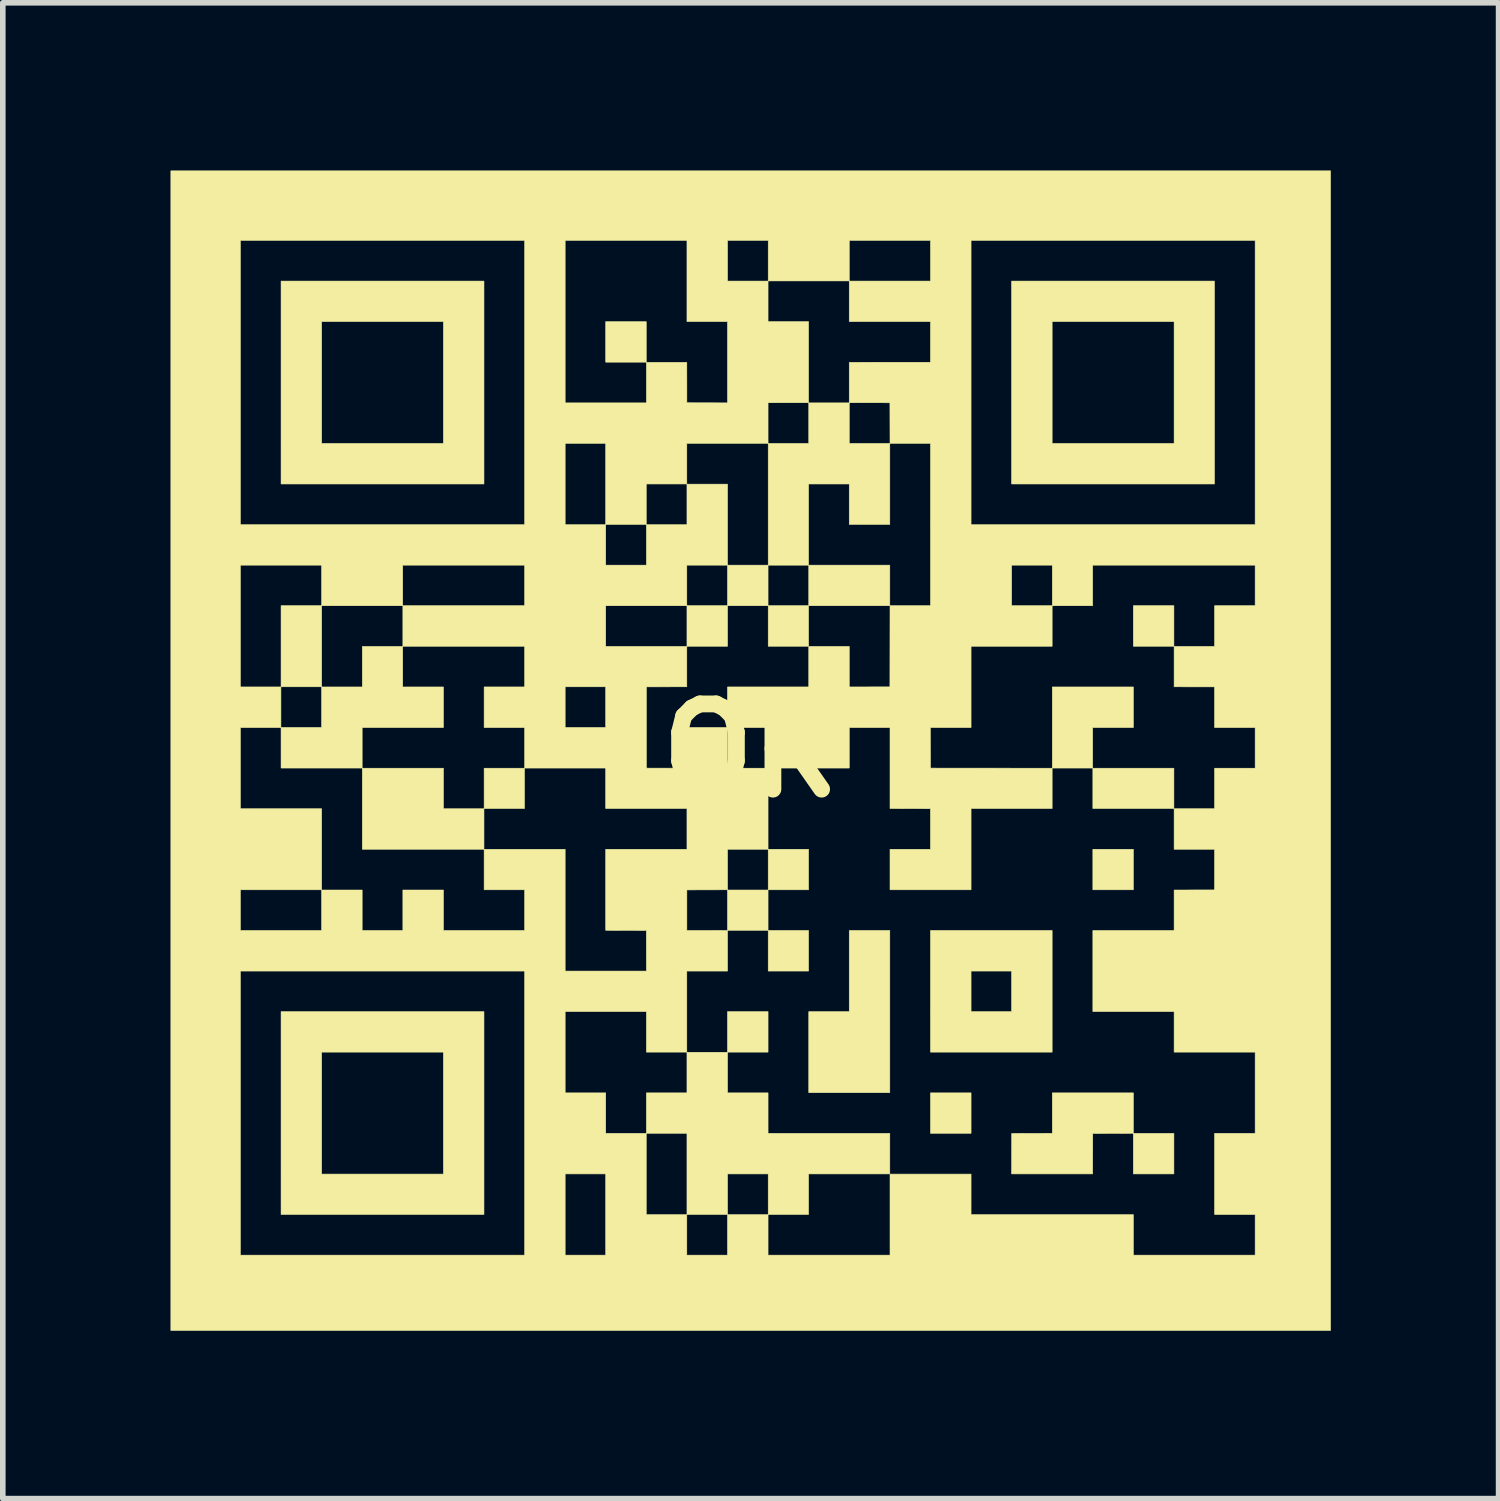
<source format=kicad_pcb>
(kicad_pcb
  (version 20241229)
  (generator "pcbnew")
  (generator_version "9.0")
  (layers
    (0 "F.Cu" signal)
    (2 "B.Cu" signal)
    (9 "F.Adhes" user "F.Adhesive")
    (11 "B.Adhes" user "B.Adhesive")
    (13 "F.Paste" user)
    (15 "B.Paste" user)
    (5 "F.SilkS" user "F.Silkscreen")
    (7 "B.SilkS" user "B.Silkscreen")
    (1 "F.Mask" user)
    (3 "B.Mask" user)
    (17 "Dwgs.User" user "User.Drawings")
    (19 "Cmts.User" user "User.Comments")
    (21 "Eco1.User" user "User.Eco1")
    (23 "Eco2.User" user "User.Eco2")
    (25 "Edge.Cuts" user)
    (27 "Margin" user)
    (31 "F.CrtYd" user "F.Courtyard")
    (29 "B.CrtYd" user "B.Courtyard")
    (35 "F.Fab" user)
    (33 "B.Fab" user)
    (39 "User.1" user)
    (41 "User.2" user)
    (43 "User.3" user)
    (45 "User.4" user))
  (footprint "QR"
    (layer "F.Cu")
    (at 10.372 10.372)
    (property "Reference" "QR" (at 0 0 0) (layer "F.SilkS") (effects (font (size 1.524 1.524) (thickness 0.3))))
    (attr through_hole)
    (fp_poly (pts (xy -7.671 -1.141) (xy -8.396 -1.141) (xy -8.396 -2.591) (xy -7.671 -2.591) (xy -7.671 -1.141)) (stroke (width 0.01) (type solid)) (fill yes) (layer "F.SilkS"))
    (fp_poly (pts (xy -4.044 1.036) (xy -4.765 1.036) (xy -4.765 0.315) (xy -4.044 0.315) (xy -4.044 1.036)) (stroke (width 0.01) (type solid)) (fill yes) (layer "F.SilkS"))
    (fp_poly (pts (xy -1.866 -6.946) (xy -2.591 -6.946) (xy -2.591 -7.671) (xy -1.866 -7.671) (xy -1.866 -6.946)) (stroke (width 0.01) (type solid)) (fill yes) (layer "F.SilkS"))
    (fp_poly (pts (xy -0.413 -1.866) (xy -1.138 -1.866) (xy -1.138 -2.591) (xy -0.413 -2.591) (xy -0.413 -1.866)) (stroke (width 0.01) (type solid)) (fill yes) (layer "F.SilkS"))
    (fp_poly (pts (xy 0.312 -2.591) (xy -0.413 -2.591) (xy -0.413 -3.316) (xy 0.312 -3.316) (xy 0.312 -2.591)) (stroke (width 0.01) (type solid)) (fill yes) (layer "F.SilkS"))
    (fp_poly (pts (xy 0.312 3.214) (xy -0.413 3.214) (xy -0.413 2.493) (xy 0.312 2.493) (xy 0.312 3.214)) (stroke (width 0.01) (type solid)) (fill yes) (layer "F.SilkS"))
    (fp_poly (pts (xy 0.312 5.392) (xy -0.413 5.392) (xy -0.413 4.667) (xy 0.312 4.667) (xy 0.312 5.392)) (stroke (width 0.01) (type solid)) (fill yes) (layer "F.SilkS"))
    (fp_poly (pts (xy 1.036 -1.866) (xy 0.315 -1.866) (xy 0.315 -2.591) (xy 1.036 -2.591) (xy 1.036 -1.866)) (stroke (width 0.01) (type solid)) (fill yes) (layer "F.SilkS"))
    (fp_poly (pts (xy 1.036 2.489) (xy 0.315 2.489) (xy 0.315 1.764) (xy 1.036 1.764) (xy 1.036 2.489)) (stroke (width 0.01) (type solid)) (fill yes) (layer "F.SilkS"))
    (fp_poly (pts (xy 1.036 3.942) (xy 0.315 3.942) (xy 0.315 3.217) (xy 1.036 3.217) (xy 1.036 3.942)) (stroke (width 0.01) (type solid)) (fill yes) (layer "F.SilkS"))
    (fp_poly (pts (xy 2.489 -2.591) (xy 1.04 -2.591) (xy 1.04 -3.316) (xy 2.489 -3.316) (xy 2.489 -2.591)) (stroke (width 0.01) (type solid)) (fill yes) (layer "F.SilkS"))
    (fp_poly (pts (xy 3.942 6.844) (xy 3.217 6.844) (xy 3.217 6.12) (xy 3.942 6.12) (xy 3.942 6.844)) (stroke (width 0.01) (type solid)) (fill yes) (layer "F.SilkS"))
    (fp_poly (pts (xy 6.844 2.489) (xy 6.12 2.489) (xy 6.12 1.764) (xy 6.844 1.764) (xy 6.844 2.489)) (stroke (width 0.01) (type solid)) (fill yes) (layer "F.SilkS"))
    (fp_poly (pts (xy 7.569 -1.866) (xy 6.844 -1.866) (xy 6.844 -2.591) (xy 7.569 -2.591) (xy 7.569 -1.866)) (stroke (width 0.01) (type solid)) (fill yes) (layer "F.SilkS"))
    (fp_poly (pts (xy 7.569 1.036) (xy 6.12 1.036) (xy 6.12 0.315) (xy 7.569 0.315) (xy 7.569 1.036)) (stroke (width 0.01) (type solid)) (fill yes) (layer "F.SilkS"))
    (fp_poly (pts (xy 7.569 7.569) (xy 6.844 7.569) (xy 6.844 6.844) (xy 7.569 6.844) (xy 7.569 7.569)) (stroke (width 0.01) (type solid)) (fill yes) (layer "F.SilkS"))
    (fp_poly (pts (xy -5.493 1.04) (xy -4.768 1.04) (xy -4.768 1.764) (xy -6.943 1.764) (xy -6.943 0.315) (xy -5.493 0.315) (xy -5.493 1.04)) (stroke (width 0.01) (type solid)) (fill yes) (layer "F.SilkS"))
    (fp_poly (pts (xy 2.489 6.116) (xy 1.04 6.116) (xy 1.04 4.667) (xy 1.764 4.667) (xy 1.764 3.217) (xy 2.489 3.217) (xy 2.489 6.116)) (stroke (width 0.01) (type solid)) (fill yes) (layer "F.SilkS"))
    (fp_poly (pts (xy 6.844 -0.413) (xy 6.116 -0.413) (xy 6.116 0.312) (xy 5.395 0.312) (xy 5.395 -1.138) (xy 6.844 -1.138) (xy 6.844 -0.413)) (stroke (width 0.01) (type solid)) (fill yes) (layer "F.SilkS"))
    (fp_poly (pts (xy 6.844 6.844) (xy 6.118 6.846) (xy 6.117 7.208) (xy 6.116 7.569) (xy 4.667 7.569) (xy 4.668 7.208) (xy 4.669 6.846) (xy 5.395 6.844) (xy 5.395 6.12) (xy 6.844 6.12) (xy 6.844 6.844)) (stroke (width 0.01) (type solid)) (fill yes) (layer "F.SilkS"))
    (fp_poly (pts (xy -4.768 -4.768) (xy -8.396 -4.768) (xy -8.396 -7.671) (xy -7.671 -7.671) (xy -7.671 -5.493) (xy -5.493 -5.493) (xy -5.493 -7.671) (xy -7.671 -7.671) (xy -8.396 -7.671) (xy -8.396 -8.396) (xy -4.768 -8.396) (xy -4.768 -4.768)) (stroke (width 0.01) (type solid)) (fill yes) (layer "F.SilkS"))
    (fp_poly (pts (xy -4.768 8.294) (xy -8.396 8.294) (xy -8.396 5.392) (xy -7.671 5.392) (xy -7.671 7.573) (xy -5.493 7.573) (xy -5.493 5.392) (xy -7.671 5.392) (xy -8.396 5.392) (xy -8.396 4.667) (xy -4.768 4.667) (xy -4.768 8.294)) (stroke (width 0.01) (type solid)) (fill yes) (layer "F.SilkS"))
    (fp_poly (pts (xy 5.392 5.392) (xy 3.217 5.392) (xy 3.217 3.942) (xy 3.942 3.942) (xy 3.942 4.667) (xy 4.667 4.667) (xy 4.667 3.942) (xy 3.942 3.942) (xy 3.217 3.942) (xy 3.217 3.217) (xy 5.392 3.217) (xy 5.392 5.392)) (stroke (width 0.01) (type solid)) (fill yes) (layer "F.SilkS"))
    (fp_poly (pts (xy 8.294 -4.768) (xy 4.667 -4.768) (xy 4.667 -7.671) (xy 5.392 -7.671) (xy 5.392 -5.493) (xy 7.573 -5.493) (xy 7.573 -7.671) (xy 5.392 -7.671) (xy 4.667 -7.671) (xy 4.667 -8.396) (xy 8.294 -8.396) (xy 8.294 -4.768)) (stroke (width 0.01) (type solid)) (fill yes) (layer "F.SilkS"))
    (fp_poly (pts (xy -6.221 -1.138) (xy -5.493 -1.138) (xy -5.493 -0.413) (xy -6.946 -0.413) (xy -6.946 0.312) (xy -8.396 0.312) (xy -8.396 -0.413) (xy -7.671 -0.413) (xy -7.671 -1.138) (xy -6.943 -1.138) (xy -6.943 -1.863) (xy -6.221 -1.863) (xy -6.221 -1.138)) (stroke (width 0.01) (type solid)) (fill yes) (layer "F.SilkS"))
    (fp_poly (pts (xy 1.764 -5.493) (xy 2.489 -5.493) (xy 2.489 -4.044) (xy 1.764 -4.044) (xy 1.764 -4.768) (xy 1.036 -4.768) (xy 1.036 -3.316) (xy 0.315 -3.316) (xy 0.315 -5.493) (xy 1.04 -5.493) (xy 1.04 -6.218) (xy 1.764 -6.218) (xy 1.764 -5.493)) (stroke (width 0.01) (type solid)) (fill yes) (layer "F.SilkS"))
    (fp_poly (pts (xy -0.413 6.12) (xy 0.312 6.12) (xy 0.312 6.844) (xy 2.489 6.844) (xy 2.489 7.569) (xy 1.036 7.569) (xy 1.036 8.294) (xy 0.315 8.294) (xy 0.315 7.569) (xy -0.413 7.569) (xy -0.413 8.294) (xy -1.138 8.294) (xy -1.138 6.844) (xy -1.863 6.844) (xy -1.863 6.12) (xy -1.138 6.12) (xy -1.138 5.395) (xy -0.413 5.395) (xy -0.413 6.12)) (stroke (width 0.01) (type solid)) (fill yes) (layer "F.SilkS"))
    (fp_poly (pts (xy 10.37 10.37) (xy -10.367 10.37) (xy -10.367 3.942) (xy -9.124 3.942) (xy -9.124 9.022) (xy -4.04 9.022) (xy -4.04 7.569) (xy -3.316 7.569) (xy -3.316 9.022) (xy -2.591 9.022) (xy -2.591 7.569) (xy -3.316 7.569) (xy -4.04 7.569) (xy -4.04 4.667) (xy -3.316 4.667) (xy -3.316 6.12) (xy -2.591 6.12) (xy -2.591 6.844) (xy -1.866 6.844) (xy -1.866 8.297) (xy -1.141 8.297) (xy -1.141 9.022) (xy -0.413 9.022) (xy -0.413 8.297) (xy 0.312 8.297) (xy 0.312 9.022) (xy 2.493 9.022) (xy 2.493 7.573) (xy 3.942 7.573) (xy 3.942 8.297) (xy 6.844 8.297) (xy 6.844 9.022) (xy 9.022 9.022) (xy 9.022 8.294) (xy 8.297 8.294) (xy 8.297 6.844) (xy 9.022 6.844) (xy 9.022 5.392) (xy 7.573 5.392) (xy 7.573 4.667) (xy 6.12 4.667) (xy 6.12 3.217) (xy 7.573 3.217) (xy 7.573 2.493) (xy 7.934 2.492) (xy 8.296 2.491) (xy 8.297 1.764) (xy 7.573 1.764) (xy 7.573 1.04) (xy 8.297 1.04) (xy 8.297 0.315) (xy 9.022 0.315) (xy 9.022 -0.413) (xy 8.297 -0.413) (xy 8.296 -1.14) (xy 7.934 -1.14) (xy 7.573 -1.141) (xy 7.573 -1.863) (xy 8.297 -1.863) (xy 8.297 -2.591) (xy 9.022 -2.591) (xy 9.022 -3.316) (xy 6.116 -3.316) (xy 6.116 -2.591) (xy 5.395 -2.591) (xy 5.395 -3.316) (xy 4.667 -3.316) (xy 4.667 -2.591) (xy 5.392 -2.591) (xy 5.392 -1.866) (xy 3.942 -1.866) (xy 3.942 -0.413) (xy 3.214 -0.413) (xy 3.216 0.313) (xy 5.392 0.315) (xy 5.392 1.036) (xy 3.942 1.036) (xy 3.942 2.489) (xy 2.493 2.489) (xy 2.493 1.764) (xy 3.217 1.764) (xy 3.216 1.038) (xy 2.854 1.037) (xy 2.493 1.036) (xy 2.493 -0.413) (xy 1.764 -0.413) (xy 1.764 0.312) (xy 0.315 0.312) (xy 0.315 -0.413) (xy -0.413 -0.413) (xy -0.413 0.315) (xy 0.312 0.315) (xy 0.312 1.764) (xy -0.413 1.764) (xy -0.413 2.489) (xy -1.14 2.491) (xy -1.14 3.216) (xy -0.413 3.217) (xy -0.413 3.942) (xy -1.141 3.942) (xy -1.141 5.392) (xy -1.863 5.392) (xy -1.863 4.667) (xy -3.316 4.667) (xy -4.04 4.667) (xy -4.04 3.942) (xy -9.124 3.942) (xy -10.367 3.942) (xy -10.367 -3.316) (xy -9.124 -3.316) (xy -9.124 -1.138) (xy -8.399 -1.138) (xy -8.399 -0.413) (xy -9.124 -0.413) (xy -9.124 1.04) (xy -7.671 1.04) (xy -7.671 2.489) (xy -9.124 2.489) (xy -9.124 3.217) (xy -7.671 3.217) (xy -7.671 2.493) (xy -6.946 2.493) (xy -6.946 3.217) (xy -6.218 3.217) (xy -6.218 2.493) (xy -5.493 2.493) (xy -5.493 3.217) (xy -4.04 3.217) (xy -4.04 2.489) (xy -4.765 2.489) (xy -4.765 1.764) (xy -3.316 1.764) (xy -3.316 3.942) (xy -1.863 3.942) (xy -1.864 3.216) (xy -2.591 3.214) (xy -2.591 1.764) (xy -1.138 1.764) (xy -1.138 1.036) (xy -2.591 1.036) (xy -2.591 0.312) (xy -4.04 0.312) (xy -4.04 -0.413) (xy -4.765 -0.413) (xy -4.765 -1.138) (xy -4.04 -1.138) (xy -4.04 -1.141) (xy -3.316 -1.141) (xy -3.316 -0.413) (xy -2.591 -0.413) (xy -2.591 -1.141) (xy -3.316 -1.141) (xy -4.04 -1.141) (xy -4.04 -1.866) (xy -6.218 -1.866) (xy -6.218 -2.591) (xy -4.04 -2.591) (xy -4.04 -3.316) (xy -6.221 -3.316) (xy -6.221 -2.591) (xy -7.671 -2.591) (xy -7.671 -3.316) (xy -9.124 -3.316) (xy -10.367 -3.316) (xy -10.367 -9.124) (xy -9.124 -9.124) (xy -9.124 -4.04) (xy -4.04 -4.04) (xy -4.04 -5.493) (xy -3.316 -5.493) (xy -3.316 -4.04) (xy -2.591 -4.04) (xy -2.591 -3.316) (xy -1.863 -3.316) (xy -1.863 -4.04) (xy -1.138 -4.04) (xy -1.138 -4.765) (xy -0.413 -4.765) (xy -0.413 -3.316) (xy -1.141 -3.316) (xy -1.141 -2.591) (xy -2.591 -2.591) (xy -2.591 -1.863) (xy -1.141 -1.863) (xy -1.141 -1.141) (xy -1.864 -1.14) (xy -1.864 0.313) (xy -1.138 0.315) (xy -1.138 -0.413) (xy -0.413 -0.413) (xy -0.413 -1.138) (xy 1.04 -1.138) (xy 1.04 -1.863) (xy 1.764 -1.863) (xy 1.764 -1.138) (xy 2.491 -1.14) (xy 2.492 -1.865) (xy 2.493 -2.591) (xy 3.217 -2.591) (xy 3.217 -5.493) (xy 2.493 -5.493) (xy 2.492 -5.856) (xy 2.491 -6.22) (xy 1.764 -6.221) (xy 1.764 -6.943) (xy 2.49 -6.944) (xy 3.216 -6.944) (xy 3.217 -7.671) (xy 1.764 -7.671) (xy 1.764 -8.396) (xy 3.217 -8.396) (xy 3.217 -9.124) (xy 3.942 -9.124) (xy 3.942 -4.04) (xy 9.022 -4.04) (xy 9.022 -9.124) (xy 3.942 -9.124) (xy 3.217 -9.124) (xy 1.764 -9.124) (xy 1.764 -8.399) (xy 0.315 -8.399) (xy 0.315 -9.124) (xy -0.413 -9.124) (xy -0.413 -8.396) (xy 0.312 -8.396) (xy 0.312 -7.671) (xy 1.036 -7.671) (xy 1.036 -6.221) (xy 0.312 -6.221) (xy 0.312 -5.493) (xy -1.141 -5.493) (xy -1.141 -4.768) (xy -1.866 -4.768) (xy -1.866 -4.044) (xy -2.591 -4.044) (xy -2.591 -5.493) (xy -3.316 -5.493) (xy -4.04 -5.493) (xy -4.04 -9.124) (xy -3.316 -9.124) (xy -3.316 -6.218) (xy -1.863 -6.218) (xy -1.863 -6.943) (xy -1.141 -6.943) (xy -1.14 -6.581) (xy -1.14 -6.22) (xy -0.413 -6.218) (xy -0.413 -7.671) (xy -1.138 -7.671) (xy -1.138 -9.124) (xy -3.316 -9.124) (xy -4.04 -9.124) (xy -9.124 -9.124) (xy -10.367 -9.124) (xy -10.367 -10.367) (xy 10.37 -10.367) (xy 10.37 10.37)) (stroke (width 0.01) (type solid)) (fill yes) (layer "F.SilkS")))
  (gr_rect
    (start -3 -3)
    (end 23.747 23.747)
    (stroke (width 0.1) (type default))
    (fill no)
    (layer "Edge.Cuts")))
</source>
